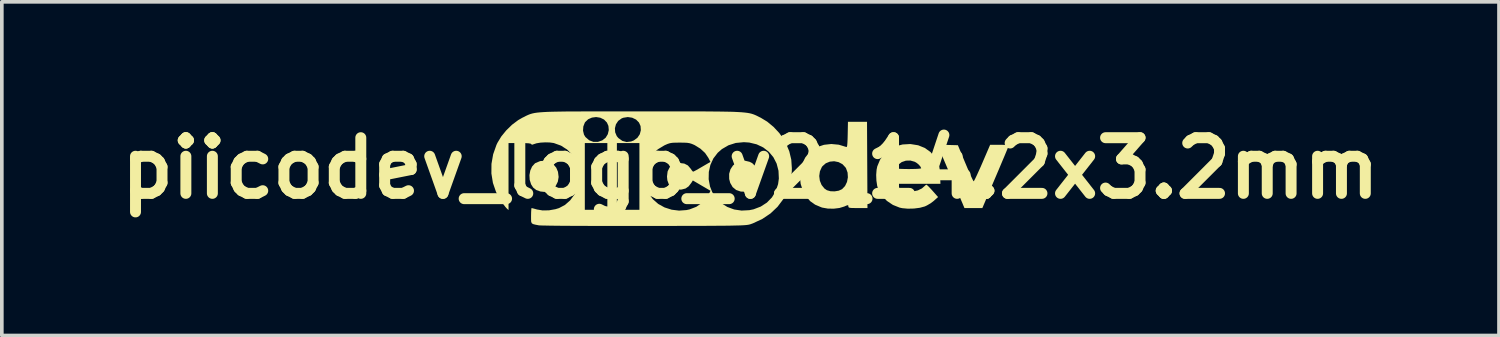
<source format=kicad_pcb>
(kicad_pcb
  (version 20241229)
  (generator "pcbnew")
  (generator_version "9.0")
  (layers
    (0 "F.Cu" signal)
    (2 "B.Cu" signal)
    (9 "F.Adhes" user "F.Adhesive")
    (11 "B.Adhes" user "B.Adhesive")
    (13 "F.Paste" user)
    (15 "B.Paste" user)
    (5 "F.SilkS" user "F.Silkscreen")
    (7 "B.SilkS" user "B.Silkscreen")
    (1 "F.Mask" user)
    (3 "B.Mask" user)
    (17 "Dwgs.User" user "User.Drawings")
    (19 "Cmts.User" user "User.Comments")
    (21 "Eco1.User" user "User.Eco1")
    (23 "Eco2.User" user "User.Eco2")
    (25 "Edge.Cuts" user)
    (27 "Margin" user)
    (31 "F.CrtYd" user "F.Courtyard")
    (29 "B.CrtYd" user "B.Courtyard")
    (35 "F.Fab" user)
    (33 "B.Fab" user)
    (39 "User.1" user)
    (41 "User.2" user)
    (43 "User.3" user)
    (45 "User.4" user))
  (footprint "piicodev_logo_v2_14.2x3.2mm"
    (layer "F.Cu")
    (at 17.497 1.555)
    (property "Reference" "piicodev_logo_v2_14.2x3.2mm" (at 0 0 0) (layer "F.SilkS") (effects (font (size 1.524 1.524) (thickness 0.3))))
    (attr through_hole)
    (fp_poly (pts (xy -5.506 -0.176) (xy -5.399 -0.111) (xy -5.316 -0.013) (xy -5.269 0.099) (xy -5.251 0.241) (xy -5.273 0.37) (xy -5.329 0.482) (xy -5.414 0.57) (xy -5.522 0.628) (xy -5.648 0.649) (xy -5.751 0.638) (xy -5.866 0.597) (xy -5.949 0.53) (xy -6.005 0.442) (xy -6.043 0.32) (xy -6.05 0.19) (xy -6.027 0.064) (xy -5.978 -0.045) (xy -5.904 -0.127) (xy -5.885 -0.141) (xy -5.757 -0.194) (xy -5.628 -0.205) (xy -5.506 -0.176)) (stroke (width 0) (type solid)) (fill yes) (layer "F.SilkS"))
    (fp_poly (pts (xy -0.023 -0.175) (xy 0.045 -0.141) (xy 0.123 -0.067) (xy 0.176 0.035) (xy 0.204 0.155) (xy 0.207 0.28) (xy 0.184 0.401) (xy 0.134 0.504) (xy 0.06 0.579) (xy -0.039 0.623) (xy -0.158 0.644) (xy -0.265 0.64) (xy -0.39 0.597) (xy -0.487 0.517) (xy -0.553 0.403) (xy -0.581 0.296) (xy -0.582 0.154) (xy -0.545 0.029) (xy -0.477 -0.074) (xy -0.384 -0.15) (xy -0.273 -0.195) (xy -0.151 -0.205) (xy -0.023 -0.175)) (stroke (width 0) (type solid)) (fill yes) (layer "F.SilkS"))
    (fp_poly (pts (xy 6.923 -0.639) (xy 7.006 -0.635) (xy 7.06 -0.629) (xy 7.075 -0.623) (xy 7.066 -0.598) (xy 7.04 -0.534) (xy 7 -0.436) (xy 6.947 -0.309) (xy 6.883 -0.158) (xy 6.811 0.013) (xy 6.732 0.199) (xy 6.713 0.243) (xy 6.351 1.092) (xy 5.861 1.092) (xy 5.828 1.015) (xy 5.812 0.975) (xy 5.779 0.898) (xy 5.732 0.788) (xy 5.673 0.651) (xy 5.605 0.492) (xy 5.53 0.318) (xy 5.462 0.158) (xy 5.385 -0.022) (xy 5.314 -0.188) (xy 5.251 -0.335) (xy 5.199 -0.457) (xy 5.16 -0.551) (xy 5.135 -0.611) (xy 5.127 -0.632) (xy 5.15 -0.635) (xy 5.21 -0.637) (xy 5.299 -0.637) (xy 5.404 -0.636) (xy 5.681 -0.629) (xy 5.887 -0.135) (xy 5.947 0.007) (xy 6.002 0.134) (xy 6.049 0.238) (xy 6.085 0.313) (xy 6.108 0.354) (xy 6.113 0.36) (xy 6.128 0.339) (xy 6.158 0.281) (xy 6.201 0.191) (xy 6.254 0.075) (xy 6.314 -0.059) (xy 6.349 -0.14) (xy 6.564 -0.64) (xy 6.819 -0.641) (xy 6.923 -0.639)) (stroke (width 0) (type solid)) (fill yes) (layer "F.SilkS"))
    (fp_poly (pts (xy 3.199 -0.089) (xy 3.205 1.092) (xy 2.944 1.092) (xy 2.829 1.091) (xy 2.754 1.089) (xy 2.71 1.082) (xy 2.689 1.071) (xy 2.683 1.053) (xy 2.682 1.046) (xy 2.68 1.02) (xy 2.666 1.013) (xy 2.629 1.024) (xy 2.57 1.05) (xy 2.438 1.09) (xy 2.282 1.109) (xy 2.119 1.106) (xy 1.97 1.08) (xy 1.939 1.07) (xy 1.772 0.999) (xy 1.638 0.904) (xy 1.528 0.777) (xy 1.436 0.611) (xy 1.433 0.605) (xy 1.376 0.43) (xy 1.356 0.244) (xy 1.359 0.214) (xy 1.885 0.214) (xy 1.901 0.342) (xy 1.949 0.46) (xy 2.025 0.555) (xy 2.094 0.603) (xy 2.191 0.631) (xy 2.306 0.635) (xy 2.419 0.616) (xy 2.509 0.575) (xy 2.591 0.489) (xy 2.645 0.377) (xy 2.669 0.25) (xy 2.661 0.121) (xy 2.619 0.004) (xy 2.605 -0.019) (xy 2.52 -0.11) (xy 2.413 -0.166) (xy 2.294 -0.19) (xy 2.175 -0.179) (xy 2.064 -0.134) (xy 1.974 -0.055) (xy 1.956 -0.031) (xy 1.903 0.086) (xy 1.885 0.214) (xy 1.359 0.214) (xy 1.372 0.056) (xy 1.42 -0.125) (xy 1.5 -0.289) (xy 1.608 -0.427) (xy 1.662 -0.475) (xy 1.829 -0.578) (xy 2.015 -0.64) (xy 2.214 -0.662) (xy 2.419 -0.643) (xy 2.623 -0.581) (xy 2.628 -0.578) (xy 2.64 -0.585) (xy 2.65 -0.621) (xy 2.656 -0.69) (xy 2.661 -0.798) (xy 2.664 -0.918) (xy 2.671 -1.27) (xy 3.193 -1.27) (xy 3.199 -0.089)) (stroke (width 0) (type solid)) (fill yes) (layer "F.SilkS"))
    (fp_poly (pts (xy 4.388 -0.66) (xy 4.594 -0.627) (xy 4.775 -0.554) (xy 4.929 -0.444) (xy 5.054 -0.297) (xy 5.12 -0.178) (xy 5.154 -0.098) (xy 5.175 -0.021) (xy 5.188 0.069) (xy 5.195 0.188) (xy 5.195 0.196) (xy 5.203 0.427) (xy 3.987 0.427) (xy 4.025 0.485) (xy 4.101 0.561) (xy 4.207 0.612) (xy 4.33 0.637) (xy 4.46 0.635) (xy 4.586 0.608) (xy 4.696 0.554) (xy 4.757 0.501) (xy 4.796 0.465) (xy 4.82 0.451) (xy 4.842 0.468) (xy 4.888 0.512) (xy 4.949 0.577) (xy 4.988 0.62) (xy 5.138 0.79) (xy 5.025 0.892) (xy 4.938 0.959) (xy 4.836 1.019) (xy 4.777 1.047) (xy 4.641 1.084) (xy 4.479 1.105) (xy 4.311 1.109) (xy 4.156 1.095) (xy 4.084 1.079) (xy 3.902 1.006) (xy 3.74 0.898) (xy 3.606 0.76) (xy 3.509 0.602) (xy 3.507 0.598) (xy 3.471 0.482) (xy 3.45 0.339) (xy 3.444 0.186) (xy 3.455 0.041) (xy 3.463 0.003) (xy 3.988 0.003) (xy 4.01 0.01) (xy 4.072 0.017) (xy 4.164 0.021) (xy 4.279 0.023) (xy 4.332 0.024) (xy 4.454 0.022) (xy 4.557 0.019) (xy 4.632 0.013) (xy 4.672 0.006) (xy 4.676 0.003) (xy 4.658 -0.04) (xy 4.612 -0.095) (xy 4.55 -0.146) (xy 4.501 -0.175) (xy 4.381 -0.209) (xy 4.258 -0.206) (xy 4.143 -0.167) (xy 4.05 -0.096) (xy 4.04 -0.083) (xy 4.005 -0.033) (xy 3.988 0.001) (xy 3.988 0.003) (xy 3.463 0.003) (xy 3.474 -0.05) (xy 3.55 -0.232) (xy 3.662 -0.386) (xy 3.805 -0.509) (xy 3.975 -0.598) (xy 4.166 -0.649) (xy 4.375 -0.661) (xy 4.388 -0.66)) (stroke (width 0) (type solid)) (fill yes) (layer "F.SilkS"))
    (fp_poly (pts (xy -3.613 -1.555) (xy -3.205 -1.555) (xy -2.991 -1.555) (xy -2.559 -1.555) (xy -2.172 -1.555) (xy -1.827 -1.555) (xy -1.521 -1.555) (xy -1.252 -1.554) (xy -1.017 -1.552) (xy -0.812 -1.55) (xy -0.636 -1.547) (xy -0.486 -1.544) (xy -0.359 -1.538) (xy -0.251 -1.532) (xy -0.162 -1.524) (xy -0.086 -1.515) (xy -0.023 -1.504) (xy 0.031 -1.491) (xy 0.078 -1.476) (xy 0.122 -1.459) (xy 0.165 -1.44) (xy 0.209 -1.418) (xy 0.258 -1.393) (xy 0.28 -1.383) (xy 0.46 -1.274) (xy 0.634 -1.13) (xy 0.791 -0.962) (xy 0.92 -0.781) (xy 0.97 -0.688) (xy 1.065 -0.46) (xy 1.119 -0.234) (xy 1.135 0.003) (xy 1.133 0.095) (xy 1.098 0.365) (xy 1.019 0.617) (xy 0.9 0.849) (xy 0.743 1.057) (xy 0.551 1.239) (xy 0.325 1.391) (xy 0.069 1.51) (xy 0 1.535) (xy -0.022 1.541) (xy -0.047 1.547) (xy -0.078 1.552) (xy -0.117 1.557) (xy -0.168 1.561) (xy -0.233 1.565) (xy -0.314 1.568) (xy -0.415 1.57) (xy -0.537 1.573) (xy -0.684 1.575) (xy -0.858 1.576) (xy -1.062 1.578) (xy -1.299 1.579) (xy -1.57 1.58) (xy -1.879 1.58) (xy -2.229 1.581) (xy -2.622 1.582) (xy -2.908 1.582) (xy -3.269 1.582) (xy -3.619 1.582) (xy -3.953 1.582) (xy -4.269 1.581) (xy -4.565 1.58) (xy -4.836 1.579) (xy -5.079 1.578) (xy -5.292 1.576) (xy -5.472 1.574) (xy -5.615 1.571) (xy -5.718 1.569) (xy -5.779 1.566) (xy -5.792 1.565) (xy -5.892 1.546) (xy -5.955 1.529) (xy -5.989 1.504) (xy -6.004 1.46) (xy -6.006 1.387) (xy -6.006 1.305) (xy -6.004 1.211) (xy -6 1.138) (xy -5.995 1.097) (xy -5.992 1.092) (xy -5.963 1.098) (xy -5.903 1.114) (xy -5.844 1.131) (xy -5.689 1.157) (xy -5.515 1.154) (xy -5.339 1.123) (xy -5.241 1.093) (xy -5.078 1.007) (xy -4.937 0.883) (xy -4.822 0.728) (xy -4.739 0.549) (xy -4.698 0.387) (xy -4.685 0.175) (xy -4.713 -0.026) (xy -4.781 -0.21) (xy -4.884 -0.374) (xy -5.02 -0.511) (xy -5.185 -0.617) (xy -5.376 -0.686) (xy -5.385 -0.688) (xy -4.534 -0.688) (xy -4.534 1.139) (xy -3.917 1.139) (xy -3.917 -0.688) (xy -3.656 -0.688) (xy -3.656 1.139) (xy -3.039 1.139) (xy -3.039 0.139) (xy -2.908 0.139) (xy -2.908 0.327) (xy -2.867 0.515) (xy -2.785 0.694) (xy -2.67 0.85) (xy -2.524 0.979) (xy -2.35 1.075) (xy -2.156 1.137) (xy -1.953 1.162) (xy -1.749 1.147) (xy -1.667 1.129) (xy -1.48 1.057) (xy -1.322 0.948) (xy -1.195 0.805) (xy -1.14 0.713) (xy -1.092 0.619) (xy -1.334 0.478) (xy -1.576 0.336) (xy -1.616 0.399) (xy -1.691 0.497) (xy -1.775 0.556) (xy -1.881 0.584) (xy -1.917 0.587) (xy -2.052 0.578) (xy -2.157 0.531) (xy -2.231 0.449) (xy -2.274 0.332) (xy -2.277 0.303) (xy -1.143 0.303) (xy -1.106 0.501) (xy -1.047 0.652) (xy -0.939 0.82) (xy -0.798 0.958) (xy -0.631 1.062) (xy -0.444 1.131) (xy -0.242 1.161) (xy -0.031 1.15) (xy 0.084 1.127) (xy 0.282 1.052) (xy 0.452 0.942) (xy 0.59 0.8) (xy 0.693 0.63) (xy 0.758 0.436) (xy 0.779 0.283) (xy 0.769 0.07) (xy 0.718 -0.126) (xy 0.629 -0.3) (xy 0.506 -0.448) (xy 0.353 -0.567) (xy 0.172 -0.653) (xy -0.031 -0.702) (xy -0.179 -0.712) (xy -0.4 -0.691) (xy -0.601 -0.627) (xy -0.781 -0.522) (xy -0.895 -0.422) (xy -1.014 -0.267) (xy -1.096 -0.089) (xy -1.139 0.103) (xy -1.143 0.303) (xy -2.277 0.303) (xy -2.284 0.228) (xy -2.267 0.089) (xy -2.214 -0.019) (xy -2.129 -0.095) (xy -2.015 -0.136) (xy -1.939 -0.142) (xy -1.811 -0.126) (xy -1.712 -0.075) (xy -1.638 0.011) (xy -1.602 0.063) (xy -1.574 0.093) (xy -1.568 0.095) (xy -1.541 0.084) (xy -1.482 0.053) (xy -1.401 0.007) (xy -1.322 -0.039) (xy -1.094 -0.172) (xy -1.151 -0.283) (xy -1.241 -0.416) (xy -1.369 -0.534) (xy -1.524 -0.63) (xy -1.54 -0.638) (xy -1.606 -0.666) (xy -1.666 -0.684) (xy -1.734 -0.695) (xy -1.825 -0.699) (xy -1.935 -0.7) (xy -2.053 -0.699) (xy -2.138 -0.695) (xy -2.204 -0.684) (xy -2.265 -0.665) (xy -2.336 -0.634) (xy -2.355 -0.625) (xy -2.536 -0.516) (xy -2.683 -0.379) (xy -2.795 -0.22) (xy -2.87 -0.046) (xy -2.908 0.139) (xy -3.039 0.139) (xy -3.039 -0.688) (xy -3.656 -0.688) (xy -3.917 -0.688) (xy -4.534 -0.688) (xy -5.385 -0.688) (xy -5.386 -0.689) (xy -5.493 -0.704) (xy -5.618 -0.707) (xy -5.745 -0.7) (xy -5.855 -0.682) (xy -5.921 -0.661) (xy -5.972 -0.643) (xy -5.996 -0.65) (xy -6 -0.659) (xy -6.02 -0.672) (xy -6.072 -0.681) (xy -6.161 -0.686) (xy -6.293 -0.688) (xy -6.316 -0.688) (xy -6.623 -0.688) (xy -6.623 1.147) (xy -6.672 1.102) (xy -6.708 1.062) (xy -6.76 0.994) (xy -6.819 0.912) (xy -6.836 0.887) (xy -6.964 0.653) (xy -7.05 0.404) (xy -7.092 0.146) (xy -7.09 -0.118) (xy -7.044 -0.38) (xy -6.954 -0.636) (xy -6.926 -0.695) (xy -6.822 -0.867) (xy -6.692 -1.027) (xy -4.583 -1.027) (xy -4.557 -0.919) (xy -4.517 -0.853) (xy -4.416 -0.765) (xy -4.299 -0.72) (xy -4.173 -0.721) (xy -4.056 -0.761) (xy -3.965 -0.832) (xy -3.905 -0.93) (xy -3.878 -1.042) (xy -3.882 -1.093) (xy -3.71 -1.093) (xy -3.703 -0.982) (xy -3.659 -0.878) (xy -3.615 -0.825) (xy -3.506 -0.747) (xy -3.39 -0.716) (xy -3.266 -0.731) (xy -3.19 -0.761) (xy -3.094 -0.832) (xy -3.029 -0.928) (xy -3 -1.039) (xy -3.008 -1.154) (xy -3.051 -1.25) (xy -3.131 -1.331) (xy -3.237 -1.382) (xy -3.357 -1.4) (xy -3.479 -1.381) (xy -3.526 -1.363) (xy -3.62 -1.295) (xy -3.682 -1.201) (xy -3.71 -1.093) (xy -3.882 -1.093) (xy -3.888 -1.158) (xy -3.929 -1.25) (xy -4.008 -1.332) (xy -4.111 -1.382) (xy -4.225 -1.4) (xy -4.339 -1.385) (xy -4.442 -1.34) (xy -4.524 -1.262) (xy -4.534 -1.247) (xy -4.575 -1.142) (xy -4.583 -1.027) (xy -6.692 -1.027) (xy -6.684 -1.036) (xy -6.526 -1.19) (xy -6.358 -1.316) (xy -6.243 -1.382) (xy -6.191 -1.407) (xy -6.146 -1.431) (xy -6.103 -1.451) (xy -6.061 -1.469) (xy -6.016 -1.485) (xy -5.966 -1.499) (xy -5.909 -1.511) (xy -5.841 -1.521) (xy -5.76 -1.529) (xy -5.662 -1.536) (xy -5.546 -1.542) (xy -5.409 -1.546) (xy -5.247 -1.549) (xy -5.058 -1.552) (xy -4.839 -1.553) (xy -4.588 -1.554) (xy -4.302 -1.555) (xy -3.978 -1.555) (xy -3.613 -1.555)) (stroke (width 0) (type solid)) (fill yes) (layer "F.SilkS")))
  (gr_rect
    (start -3 -3)
    (end 37.994 6.137)
    (stroke (width 0.1) (type default))
    (fill no)
    (layer "Edge.Cuts")))
</source>
